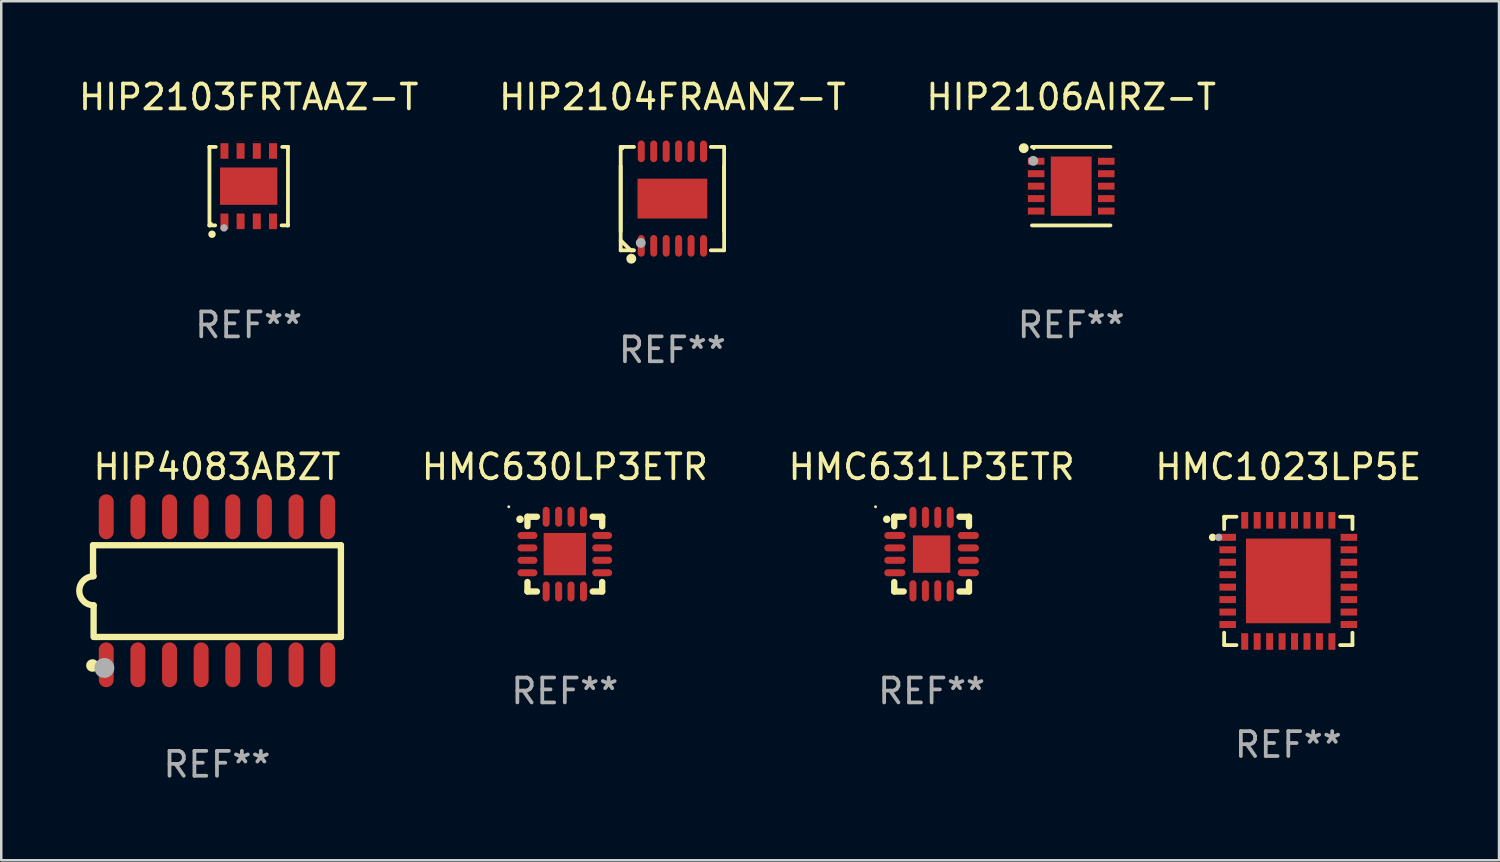
<source format=kicad_pcb>
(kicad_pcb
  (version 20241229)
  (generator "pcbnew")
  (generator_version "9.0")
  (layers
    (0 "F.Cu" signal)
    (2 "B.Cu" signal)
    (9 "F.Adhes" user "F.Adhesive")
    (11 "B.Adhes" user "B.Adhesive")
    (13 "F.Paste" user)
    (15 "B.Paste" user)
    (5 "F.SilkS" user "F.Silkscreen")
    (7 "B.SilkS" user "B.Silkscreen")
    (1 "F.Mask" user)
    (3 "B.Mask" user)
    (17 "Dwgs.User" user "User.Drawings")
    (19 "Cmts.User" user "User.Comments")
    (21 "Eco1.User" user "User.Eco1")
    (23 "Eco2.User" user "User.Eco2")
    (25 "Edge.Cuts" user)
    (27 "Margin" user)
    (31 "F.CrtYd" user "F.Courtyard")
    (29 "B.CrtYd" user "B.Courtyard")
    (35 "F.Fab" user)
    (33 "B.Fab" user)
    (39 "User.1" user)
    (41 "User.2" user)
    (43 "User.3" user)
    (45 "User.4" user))
  (footprint "HMC1023LP5E"
    (layer "F.Cu")
    (at 48.674 20.273)
    (property "Reference" "HMC1023LP5E" (at 0 -4.576 0) (layer "F.SilkS") (effects (font (size 1 1) (thickness 0.15))))
    (attr through_hole)
    (fp_line (start -2.576 -2.576) (end -2.576 -2.08) (stroke (width 0.152) (type solid)) (layer "F.SilkS"))
    (fp_line (start -2.576 2.576) (end -2.576 2.08) (stroke (width 0.152) (type solid)) (layer "F.SilkS"))
    (fp_line (start -2.08 -2.576) (end -2.576 -2.576) (stroke (width 0.152) (type solid)) (layer "F.SilkS"))
    (fp_line (start -2.08 2.576) (end -2.576 2.576) (stroke (width 0.152) (type solid)) (layer "F.SilkS"))
    (fp_line (start 2.08 -2.576) (end 2.576 -2.576) (stroke (width 0.152) (type solid)) (layer "F.SilkS"))
    (fp_line (start 2.08 2.576) (end 2.576 2.576) (stroke (width 0.152) (type solid)) (layer "F.SilkS"))
    (fp_line (start 2.576 -2.576) (end 2.576 -2.08) (stroke (width 0.152) (type solid)) (layer "F.SilkS"))
    (fp_line (start 2.576 2.576) (end 2.576 2.08) (stroke (width 0.152) (type solid)) (layer "F.SilkS"))
    (fp_circle (center -3.04 -1.75) (end -2.965 -1.75) (stroke (width 0.15) (type solid)) (fill no) (layer "F.SilkS"))
    (fp_circle (center -2.5 -2.5) (end -2.47 -2.5) (stroke (width 0.06) (type solid)) (fill no) (layer "F.SilkS"))
    (fp_circle (center -2.8 -1.75) (end -2.725 -1.75) (stroke (width 0.15) (type solid)) (fill no) (layer "F.Fab"))
    (fp_text user "REF**" (at 0 6.576 0) (layer "F.Fab") (effects (font (size 1 1) (thickness 0.15))))
    (pad "1" smd rect (at -2.432 -1.75) (size 0.665 0.28) (layers "F.Cu" "F.Mask" "F.Paste"))
    (pad "2" smd rect (at -2.432 -1.25) (size 0.665 0.28) (layers "F.Cu" "F.Mask" "F.Paste"))
    (pad "3" smd rect (at -2.432 -0.75) (size 0.665 0.28) (layers "F.Cu" "F.Mask" "F.Paste"))
    (pad "4" smd rect (at -2.432 -0.25) (size 0.665 0.28) (layers "F.Cu" "F.Mask" "F.Paste"))
    (pad "5" smd rect (at -2.432 0.25) (size 0.665 0.28) (layers "F.Cu" "F.Mask" "F.Paste"))
    (pad "6" smd rect (at -2.432 0.75) (size 0.665 0.28) (layers "F.Cu" "F.Mask" "F.Paste"))
    (pad "7" smd rect (at -2.432 1.25) (size 0.665 0.28) (layers "F.Cu" "F.Mask" "F.Paste"))
    (pad "8" smd rect (at -2.432 1.75) (size 0.665 0.28) (layers "F.Cu" "F.Mask" "F.Paste"))
    (pad "9" smd rect (at -1.75 2.432) (size 0.28 0.665) (layers "F.Cu" "F.Mask" "F.Paste"))
    (pad "10" smd rect (at -1.25 2.432) (size 0.28 0.665) (layers "F.Cu" "F.Mask" "F.Paste"))
    (pad "11" smd rect (at -0.75 2.432) (size 0.28 0.665) (layers "F.Cu" "F.Mask" "F.Paste"))
    (pad "12" smd rect (at -0.25 2.432) (size 0.28 0.665) (layers "F.Cu" "F.Mask" "F.Paste"))
    (pad "13" smd rect (at 0.25 2.432) (size 0.28 0.665) (layers "F.Cu" "F.Mask" "F.Paste"))
    (pad "14" smd rect (at 0.75 2.432) (size 0.28 0.665) (layers "F.Cu" "F.Mask" "F.Paste"))
    (pad "15" smd rect (at 1.25 2.432) (size 0.28 0.665) (layers "F.Cu" "F.Mask" "F.Paste"))
    (pad "16" smd rect (at 1.75 2.432) (size 0.28 0.665) (layers "F.Cu" "F.Mask" "F.Paste"))
    (pad "17" smd rect (at 2.432 1.75) (size 0.665 0.28) (layers "F.Cu" "F.Mask" "F.Paste"))
    (pad "18" smd rect (at 2.432 1.25) (size 0.665 0.28) (layers "F.Cu" "F.Mask" "F.Paste"))
    (pad "19" smd rect (at 2.432 0.75) (size 0.665 0.28) (layers "F.Cu" "F.Mask" "F.Paste"))
    (pad "20" smd rect (at 2.432 0.25) (size 0.665 0.28) (layers "F.Cu" "F.Mask" "F.Paste"))
    (pad "21" smd rect (at 2.432 -0.25) (size 0.665 0.28) (layers "F.Cu" "F.Mask" "F.Paste"))
    (pad "22" smd rect (at 2.432 -0.75) (size 0.665 0.28) (layers "F.Cu" "F.Mask" "F.Paste"))
    (pad "23" smd rect (at 2.432 -1.25) (size 0.665 0.28) (layers "F.Cu" "F.Mask" "F.Paste"))
    (pad "24" smd rect (at 2.432 -1.75) (size 0.665 0.28) (layers "F.Cu" "F.Mask" "F.Paste"))
    (pad "25" smd rect (at 1.75 -2.432) (size 0.28 0.665) (layers "F.Cu" "F.Mask" "F.Paste"))
    (pad "26" smd rect (at 1.25 -2.432) (size 0.28 0.665) (layers "F.Cu" "F.Mask" "F.Paste"))
    (pad "27" smd rect (at 0.75 -2.432) (size 0.28 0.665) (layers "F.Cu" "F.Mask" "F.Paste"))
    (pad "28" smd rect (at 0.25 -2.432) (size 0.28 0.665) (layers "F.Cu" "F.Mask" "F.Paste"))
    (pad "29" smd rect (at -0.25 -2.432) (size 0.28 0.665) (layers "F.Cu" "F.Mask" "F.Paste"))
    (pad "30" smd rect (at -0.75 -2.432) (size 0.28 0.665) (layers "F.Cu" "F.Mask" "F.Paste"))
    (pad "31" smd rect (at -1.25 -2.432) (size 0.28 0.665) (layers "F.Cu" "F.Mask" "F.Paste"))
    (pad "32" smd rect (at -1.75 -2.432) (size 0.28 0.665) (layers "F.Cu" "F.Mask" "F.Paste"))
    (pad "33" smd rect (at 0 0) (size 3.4 3.4) (layers "F.Cu" "F.Mask" "F.Paste")))
  (footprint "HIP2106AIRZ-T"
    (layer "F.Cu")
    (at 39.958 4.424)
    (property "Reference" "HIP2106AIRZ-T" (at 0 -3.576 0) (layer "F.SilkS") (effects (font (size 1 1) (thickness 0.15))))
    (attr through_hole)
    (fp_line (start -1.576 -1.576) (end 1.576 -1.576) (stroke (width 0.152) (type solid)) (layer "F.SilkS"))
    (fp_line (start -1.576 1.576) (end 1.576 1.576) (stroke (width 0.152) (type solid)) (layer "F.SilkS"))
    (fp_circle (center -1.905 -1.524) (end -1.805 -1.524) (stroke (width 0.2) (type solid)) (fill no) (layer "F.SilkS"))
    (fp_circle (center -1.5 -1.5) (end -1.47 -1.5) (stroke (width 0.06) (type solid)) (fill no) (layer "F.SilkS"))
    (fp_circle (center -1.524 -1.016) (end -1.424 -1.016) (stroke (width 0.2) (type solid)) (fill no) (layer "F.Fab"))
    (fp_text user "REF**" (at 0 5.576 0) (layer "F.Fab") (effects (font (size 1 1) (thickness 0.15))))
    (pad "1" smd rect (at -1.407 -1) (size 0.665 0.28) (layers "F.Cu" "F.Mask" "F.Paste"))
    (pad "2" smd rect (at -1.407 -0.5) (size 0.665 0.28) (layers "F.Cu" "F.Mask" "F.Paste"))
    (pad "3" smd rect (at -1.407 0) (size 0.665 0.28) (layers "F.Cu" "F.Mask" "F.Paste"))
    (pad "4" smd rect (at -1.407 0.5) (size 0.665 0.28) (layers "F.Cu" "F.Mask" "F.Paste"))
    (pad "5" smd rect (at -1.407 1) (size 0.665 0.28) (layers "F.Cu" "F.Mask" "F.Paste"))
    (pad "6" smd rect (at 1.407 1) (size 0.665 0.28) (layers "F.Cu" "F.Mask" "F.Paste"))
    (pad "7" smd rect (at 1.407 0.5) (size 0.665 0.28) (layers "F.Cu" "F.Mask" "F.Paste"))
    (pad "8" smd rect (at 1.407 0) (size 0.665 0.28) (layers "F.Cu" "F.Mask" "F.Paste"))
    (pad "9" smd rect (at 1.407 -0.5) (size 0.665 0.28) (layers "F.Cu" "F.Mask" "F.Paste"))
    (pad "10" smd rect (at 1.407 -1) (size 0.665 0.28) (layers "F.Cu" "F.Mask" "F.Paste"))
    (pad "11" smd rect (at 0 0) (size 1.64 2.38) (layers "F.Cu" "F.Mask" "F.Paste")))
  (footprint "HIP2103FRTAAZ-T"
    (layer "F.Cu")
    (at 6.935 4.424)
    (property "Reference" "HIP2103FRTAAZ-T" (at 0 -3.576 0) (layer "F.SilkS") (effects (font (size 1 1) (thickness 0.15))))
    (attr through_hole)
    (fp_line (start -1.576 -1.576) (end -1.576 -1.576) (stroke (width 0.152) (type solid)) (layer "F.SilkS"))
    (fp_line (start -1.576 -1.576) (end -1.576 1.576) (stroke (width 0.152) (type solid)) (layer "F.SilkS"))
    (fp_line (start -1.576 1.576) (end -1.576 1.576) (stroke (width 0.152) (type solid)) (layer "F.SilkS"))
    (fp_line (start -1.576 1.576) (end -1.346 1.575) (stroke (width 0.152) (type solid)) (layer "F.SilkS"))
    (fp_line (start -1.321 -1.575) (end -1.576 -1.576) (stroke (width 0.152) (type solid)) (layer "F.SilkS"))
    (fp_line (start 1.321 1.575) (end 1.576 1.576) (stroke (width 0.152) (type solid)) (layer "F.SilkS"))
    (fp_line (start 1.576 -1.576) (end 1.346 -1.575) (stroke (width 0.152) (type solid)) (layer "F.SilkS"))
    (fp_line (start 1.576 -1.576) (end 1.576 -1.576) (stroke (width 0.152) (type solid)) (layer "F.SilkS"))
    (fp_line (start 1.576 1.576) (end 1.576 -1.576) (stroke (width 0.152) (type solid)) (layer "F.SilkS"))
    (fp_line (start 1.576 1.576) (end 1.576 1.576) (stroke (width 0.152) (type solid)) (layer "F.SilkS"))
    (fp_circle (center -1.5 1.5) (end -1.47 1.5) (stroke (width 0.06) (type solid)) (fill no) (layer "F.SilkS"))
    (fp_circle (center -1.473 1.93) (end -1.398 1.93) (stroke (width 0.15) (type solid)) (fill no) (layer "F.SilkS"))
    (fp_circle (center -0.991 1.676) (end -0.916 1.676) (stroke (width 0.15) (type solid)) (fill no) (layer "F.Fab"))
    (fp_text user "REF**" (at 0 5.576 0) (layer "F.Fab") (effects (font (size 1 1) (thickness 0.15))))
    (pad "1" smd rect (at -0.975 1.412) (size 0.32 0.625) (layers "F.Cu" "F.Mask" "F.Paste"))
    (pad "2" smd rect (at -0.325 1.412) (size 0.32 0.625) (layers "F.Cu" "F.Mask" "F.Paste"))
    (pad "3" smd rect (at 0.325 1.412) (size 0.32 0.625) (layers "F.Cu" "F.Mask" "F.Paste"))
    (pad "4" smd rect (at 0.975 1.412) (size 0.32 0.625) (layers "F.Cu" "F.Mask" "F.Paste"))
    (pad "5" smd rect (at 0.975 -1.412) (size 0.32 0.625) (layers "F.Cu" "F.Mask" "F.Paste"))
    (pad "6" smd rect (at 0.325 -1.412) (size 0.32 0.625) (layers "F.Cu" "F.Mask" "F.Paste"))
    (pad "7" smd rect (at -0.325 -1.412) (size 0.32 0.625) (layers "F.Cu" "F.Mask" "F.Paste"))
    (pad "8" smd rect (at -0.975 -1.412) (size 0.32 0.625) (layers "F.Cu" "F.Mask" "F.Paste"))
    (pad "9" smd rect (at 0 0) (size 2.3 1.5) (layers "F.Cu" "F.Mask" "F.Paste")))
  (footprint "HMC631LP3ETR"
    (layer "F.Cu")
    (at 34.353 19.197)
    (property "Reference" "HMC631LP3ETR" (at 0 -3.5 0) (layer "F.SilkS") (effects (font (size 1 1) (thickness 0.15))))
    (attr through_hole)
    (fp_line (start -1.5 -1.5) (end -1.5 -1.12) (stroke (width 0.254) (type solid)) (layer "F.SilkS"))
    (fp_line (start -1.5 -1.5) (end -1.12 -1.5) (stroke (width 0.254) (type solid)) (layer "F.SilkS"))
    (fp_line (start -1.5 1.5) (end -1.5 1.12) (stroke (width 0.254) (type solid)) (layer "F.SilkS"))
    (fp_line (start -1.12 1.5) (end -1.5 1.5) (stroke (width 0.254) (type solid)) (layer "F.SilkS"))
    (fp_line (start 1.12 -1.5) (end 1.5 -1.5) (stroke (width 0.254) (type solid)) (layer "F.SilkS"))
    (fp_line (start 1.5 -1.5) (end 1.5 -1.12) (stroke (width 0.254) (type solid)) (layer "F.SilkS"))
    (fp_line (start 1.5 1.12) (end 1.5 1.5) (stroke (width 0.254) (type solid)) (layer "F.SilkS"))
    (fp_line (start 1.5 1.5) (end 1.12 1.5) (stroke (width 0.254) (type solid)) (layer "F.SilkS"))
    (fp_arc (start -1.8 -1.39746) (mid -1.800005 -1.39873) (end -1.8 -1.4) (stroke (width 0.3) (type solid)) (layer "F.SilkS"))
    (fp_circle (center -2.25 -1.9) (end -2.22 -1.9) (stroke (width 0.06) (type solid)) (fill no) (layer "F.SilkS"))
    (fp_text user "REF**" (at 0 5.5 0) (layer "F.Fab") (effects (font (size 1 1) (thickness 0.15))))
    (pad "1" smd oval (at -1.475 -0.749 90) (size 0.28 0.85) (layers "F.Cu" "F.Mask" "F.Paste"))
    (pad "2" smd oval (at -1.475 -0.249 90) (size 0.28 0.85) (layers "F.Cu" "F.Mask" "F.Paste"))
    (pad "3" smd oval (at -1.475 0.249 90) (size 0.28 0.85) (layers "F.Cu" "F.Mask" "F.Paste"))
    (pad "4" smd oval (at -1.475 0.749 90) (size 0.28 0.85) (layers "F.Cu" "F.Mask" "F.Paste"))
    (pad "5" smd oval (at -0.749 1.475) (size 0.28 0.85) (layers "F.Cu" "F.Mask" "F.Paste"))
    (pad "6" smd oval (at -0.249 1.475) (size 0.28 0.85) (layers "F.Cu" "F.Mask" "F.Paste"))
    (pad "7" smd oval (at 0.249 1.475) (size 0.28 0.85) (layers "F.Cu" "F.Mask" "F.Paste"))
    (pad "8" smd oval (at 0.749 1.475) (size 0.28 0.85) (layers "F.Cu" "F.Mask" "F.Paste"))
    (pad "9" smd oval (at 1.475 0.749 90) (size 0.28 0.85) (layers "F.Cu" "F.Mask" "F.Paste"))
    (pad "10" smd oval (at 1.475 0.249 90) (size 0.28 0.85) (layers "F.Cu" "F.Mask" "F.Paste"))
    (pad "11" smd oval (at 1.475 -0.249 90) (size 0.28 0.85) (layers "F.Cu" "F.Mask" "F.Paste"))
    (pad "12" smd oval (at 1.475 -0.749 90) (size 0.28 0.85) (layers "F.Cu" "F.Mask" "F.Paste"))
    (pad "13" smd oval (at 0.749 -1.475) (size 0.28 0.85) (layers "F.Cu" "F.Mask" "F.Paste"))
    (pad "14" smd oval (at 0.249 -1.475) (size 0.28 0.85) (layers "F.Cu" "F.Mask" "F.Paste"))
    (pad "15" smd oval (at -0.249 -1.475) (size 0.28 0.85) (layers "F.Cu" "F.Mask" "F.Paste"))
    (pad "16" smd oval (at -0.749 -1.475) (size 0.28 0.85) (layers "F.Cu" "F.Mask" "F.Paste"))
    (pad "17" smd rect (at 0 0) (size 1.5 1.5) (layers "F.Cu" "F.Mask" "F.Paste")))
  (footprint "HMC630LP3ETR"
    (layer "F.Cu")
    (at 19.627 19.197)
    (property "Reference" "HMC630LP3ETR" (at 0 -3.5 0) (layer "F.SilkS") (effects (font (size 1 1) (thickness 0.15))))
    (attr through_hole)
    (fp_line (start -1.5 -1.5) (end -1.12 -1.5) (stroke (width 0.254) (type solid)) (layer "F.SilkS"))
    (fp_line (start -1.5 -1.12) (end -1.5 -1.5) (stroke (width 0.254) (type solid)) (layer "F.SilkS"))
    (fp_line (start -1.5 1.5) (end -1.5 1.12) (stroke (width 0.254) (type solid)) (layer "F.SilkS"))
    (fp_line (start -1.12 1.5) (end -1.5 1.5) (stroke (width 0.254) (type solid)) (layer "F.SilkS"))
    (fp_line (start 1.12 -1.5) (end 1.5 -1.5) (stroke (width 0.254) (type solid)) (layer "F.SilkS"))
    (fp_line (start 1.5 -1.5) (end 1.5 -1.12) (stroke (width 0.254) (type solid)) (layer "F.SilkS"))
    (fp_line (start 1.5 1.12) (end 1.5 1.5) (stroke (width 0.254) (type solid)) (layer "F.SilkS"))
    (fp_line (start 1.5 1.5) (end 1.12 1.5) (stroke (width 0.254) (type solid)) (layer "F.SilkS"))
    (fp_arc (start -1.8 -1.39746) (mid -1.800005 -1.39873) (end -1.8 -1.4) (stroke (width 0.3) (type solid)) (layer "F.SilkS"))
    (fp_circle (center -2.25 -1.9) (end -2.22 -1.9) (stroke (width 0.06) (type solid)) (fill no) (layer "F.SilkS"))
    (fp_text user "REF**" (at 0 5.5 0) (layer "F.Fab") (effects (font (size 1 1) (thickness 0.15))))
    (pad "1" smd oval (at -1.5 -0.749 90) (size 0.28 0.8) (layers "F.Cu" "F.Mask" "F.Paste"))
    (pad "2" smd oval (at -1.5 -0.249 90) (size 0.28 0.8) (layers "F.Cu" "F.Mask" "F.Paste"))
    (pad "3" smd oval (at -1.5 0.249 90) (size 0.28 0.8) (layers "F.Cu" "F.Mask" "F.Paste"))
    (pad "4" smd oval (at -1.5 0.749 90) (size 0.28 0.8) (layers "F.Cu" "F.Mask" "F.Paste"))
    (pad "5" smd oval (at -0.749 1.5) (size 0.28 0.8) (layers "F.Cu" "F.Mask" "F.Paste"))
    (pad "6" smd oval (at -0.249 1.5) (size 0.28 0.8) (layers "F.Cu" "F.Mask" "F.Paste"))
    (pad "7" smd oval (at 0.249 1.5) (size 0.28 0.8) (layers "F.Cu" "F.Mask" "F.Paste"))
    (pad "8" smd oval (at 0.749 1.5) (size 0.28 0.8) (layers "F.Cu" "F.Mask" "F.Paste"))
    (pad "9" smd oval (at 1.5 0.749 90) (size 0.28 0.8) (layers "F.Cu" "F.Mask" "F.Paste"))
    (pad "10" smd oval (at 1.5 0.249 90) (size 0.28 0.8) (layers "F.Cu" "F.Mask" "F.Paste"))
    (pad "11" smd oval (at 1.5 -0.249 90) (size 0.28 0.8) (layers "F.Cu" "F.Mask" "F.Paste"))
    (pad "12" smd oval (at 1.5 -0.749 90) (size 0.28 0.8) (layers "F.Cu" "F.Mask" "F.Paste"))
    (pad "13" smd oval (at 0.749 -1.5) (size 0.28 0.8) (layers "F.Cu" "F.Mask" "F.Paste"))
    (pad "14" smd oval (at 0.249 -1.5) (size 0.28 0.8) (layers "F.Cu" "F.Mask" "F.Paste"))
    (pad "15" smd oval (at -0.249 -1.5) (size 0.28 0.8) (layers "F.Cu" "F.Mask" "F.Paste"))
    (pad "16" smd oval (at -0.749 -1.5) (size 0.28 0.8) (layers "F.Cu" "F.Mask" "F.Paste"))
    (pad "17" smd rect (at 0 0) (size 1.7 1.7) (layers "F.Cu" "F.Mask" "F.Paste")))
  (footprint "HIP2104FRAANZ-T"
    (layer "F.Cu")
    (at 23.946 4.924)
    (property "Reference" "HIP2104FRAANZ-T" (at 0 -4.076 0) (layer "F.SilkS") (effects (font (size 1 1) (thickness 0.15))))
    (attr through_hole)
    (fp_line (start -2.076 -2.076) (end -1.542 -2.076) (stroke (width 0.152) (type solid)) (layer "F.SilkS"))
    (fp_line (start -2.076 -1.31) (end -2.076 2.076) (stroke (width 0.152) (type solid)) (layer "F.SilkS"))
    (fp_line (start -2.076 1.31) (end -2.076 -2.076) (stroke (width 0.152) (type solid)) (layer "F.SilkS"))
    (fp_line (start -2.076 2.076) (end -1.542 2.076) (stroke (width 0.152) (type solid)) (layer "F.SilkS"))
    (fp_line (start -1.675 2.076) (end -2.076 1.675) (stroke (width 0.152) (type solid)) (layer "F.SilkS"))
    (fp_line (start -1.57 2.076) (end -1.675 2.076) (stroke (width 0.152) (type solid)) (layer "F.SilkS"))
    (fp_line (start 2.076 -2.076) (end 1.542 -2.076) (stroke (width 0.152) (type solid)) (layer "F.SilkS"))
    (fp_line (start 2.076 -1.31) (end 2.076 2.076) (stroke (width 0.152) (type solid)) (layer "F.SilkS"))
    (fp_line (start 2.076 1.31) (end 2.076 -2.076) (stroke (width 0.152) (type solid)) (layer "F.SilkS"))
    (fp_line (start 2.076 2.076) (end 1.542 2.076) (stroke (width 0.152) (type solid)) (layer "F.SilkS"))
    (fp_circle (center -2 -2) (end -1.97 -2) (stroke (width 0.06) (type solid)) (fill no) (layer "F.SilkS"))
    (fp_circle (center -1.651 2.413) (end -1.551 2.413) (stroke (width 0.2) (type solid)) (fill no) (layer "F.SilkS"))
    (fp_circle (center -1.27 1.778) (end -1.17 1.778) (stroke (width 0.2) (type solid)) (fill no) (layer "F.Fab"))
    (fp_text user "REF**" (at 0 6.076 0) (layer "F.Fab") (effects (font (size 1 1) (thickness 0.15))))
    (pad "1" smd oval (at -1.25 1.897 90) (size 0.87 0.28) (layers "F.Cu" "F.Mask" "F.Paste"))
    (pad "2" smd oval (at -0.75 1.897 90) (size 0.87 0.28) (layers "F.Cu" "F.Mask" "F.Paste"))
    (pad "3" smd oval (at -0.25 1.897 90) (size 0.87 0.28) (layers "F.Cu" "F.Mask" "F.Paste"))
    (pad "4" smd oval (at 0.25 1.897 90) (size 0.87 0.28) (layers "F.Cu" "F.Mask" "F.Paste"))
    (pad "5" smd oval (at 0.75 1.897 90) (size 0.87 0.28) (layers "F.Cu" "F.Mask" "F.Paste"))
    (pad "6" smd oval (at 1.25 1.897 90) (size 0.87 0.28) (layers "F.Cu" "F.Mask" "F.Paste"))
    (pad "7" smd oval (at 1.25 -1.897 90) (size 0.87 0.28) (layers "F.Cu" "F.Mask" "F.Paste"))
    (pad "8" smd oval (at 0.75 -1.897 90) (size 0.87 0.28) (layers "F.Cu" "F.Mask" "F.Paste"))
    (pad "9" smd oval (at 0.25 -1.897 90) (size 0.87 0.28) (layers "F.Cu" "F.Mask" "F.Paste"))
    (pad "10" smd oval (at -0.25 -1.897 90) (size 0.87 0.28) (layers "F.Cu" "F.Mask" "F.Paste"))
    (pad "11" smd oval (at -0.75 -1.897 90) (size 0.87 0.28) (layers "F.Cu" "F.Mask" "F.Paste"))
    (pad "12" smd oval (at -1.25 -1.897 90) (size 0.87 0.28) (layers "F.Cu" "F.Mask" "F.Paste"))
    (pad "13" smd rect (at 0 0 90) (size 1.6 2.8) (layers "F.Cu" "F.Mask" "F.Paste")))
  (footprint "HIP4083ABZT"
    (layer "F.Cu")
    (at 5.661 20.669)
    (property "Reference" "HIP4083ABZT" (at 0 -4.972 0) (layer "F.SilkS") (effects (font (size 1 1) (thickness 0.15))))
    (attr through_hole)
    (fp_line (start -4.976 -1.829) (end -4.976 -0.584) (stroke (width 0.254) (type solid)) (layer "F.SilkS"))
    (fp_line (start -4.953 0.584) (end -4.953 1.854) (stroke (width 0.254) (type solid)) (layer "F.SilkS"))
    (fp_line (start -4.928 1.854) (end 4.976 1.854) (stroke (width 0.254) (type solid)) (layer "F.SilkS"))
    (fp_line (start 4.976 -1.829) (end -4.976 -1.829) (stroke (width 0.254) (type solid)) (layer "F.SilkS"))
    (fp_line (start 4.976 1.854) (end 4.976 -1.829) (stroke (width 0.254) (type solid)) (layer "F.SilkS"))
    (fp_arc (start -4.95301 0.584201) (mid -5.533866 -0.00152) (end -4.950088 -0.584329) (stroke (width 0.254001) (type solid)) (layer "F.SilkS"))
    (fp_circle (center -5 3) (end -4.873 3) (stroke (width 0.254) (type solid)) (fill no) (layer "F.SilkS"))
    (fp_circle (center -4.521 3.099) (end -4.321 3.099) (stroke (width 0.4) (type solid)) (fill no) (layer "F.Fab"))
    (fp_text user "REF**" (at 0 6.972 0) (layer "F.Fab") (effects (font (size 1 1) (thickness 0.15))))
    (pad "1" smd oval (at -4.445 2.972 180) (size 0.6 1.8) (layers "F.Cu" "F.Mask" "F.Paste"))
    (pad "2" smd oval (at -3.175 2.972 180) (size 0.6 1.8) (layers "F.Cu" "F.Mask" "F.Paste"))
    (pad "3" smd oval (at -1.905 2.972 180) (size 0.6 1.8) (layers "F.Cu" "F.Mask" "F.Paste"))
    (pad "4" smd oval (at -0.635 2.972 180) (size 0.6 1.8) (layers "F.Cu" "F.Mask" "F.Paste"))
    (pad "5" smd oval (at 0.635 2.972 180) (size 0.6 1.8) (layers "F.Cu" "F.Mask" "F.Paste"))
    (pad "6" smd oval (at 1.905 2.972 180) (size 0.6 1.8) (layers "F.Cu" "F.Mask" "F.Paste"))
    (pad "7" smd oval (at 3.175 2.972 180) (size 0.6 1.8) (layers "F.Cu" "F.Mask" "F.Paste"))
    (pad "8" smd oval (at 4.445 2.972 180) (size 0.6 1.8) (layers "F.Cu" "F.Mask" "F.Paste"))
    (pad "9" smd oval (at 4.445 -2.972 180) (size 0.6 1.8) (layers "F.Cu" "F.Mask" "F.Paste"))
    (pad "10" smd oval (at 3.175 -2.972 180) (size 0.6 1.8) (layers "F.Cu" "F.Mask" "F.Paste"))
    (pad "11" smd oval (at 1.905 -2.972 180) (size 0.6 1.8) (layers "F.Cu" "F.Mask" "F.Paste"))
    (pad "12" smd oval (at 0.635 -2.972 180) (size 0.6 1.8) (layers "F.Cu" "F.Mask" "F.Paste"))
    (pad "13" smd oval (at -0.635 -2.972 180) (size 0.6 1.8) (layers "F.Cu" "F.Mask" "F.Paste"))
    (pad "14" smd oval (at -1.905 -2.972 180) (size 0.6 1.8) (layers "F.Cu" "F.Mask" "F.Paste"))
    (pad "15" smd oval (at -3.175 -2.972 180) (size 0.6 1.8) (layers "F.Cu" "F.Mask" "F.Paste"))
    (pad "16" smd oval (at -4.445 -2.972 180) (size 0.6 1.8) (layers "F.Cu" "F.Mask" "F.Paste")))
  (gr_rect
    (start -3 -3)
    (end 57.133 31.489)
    (stroke (width 0.1) (type default))
    (fill no)
    (layer "Edge.Cuts")))
</source>
